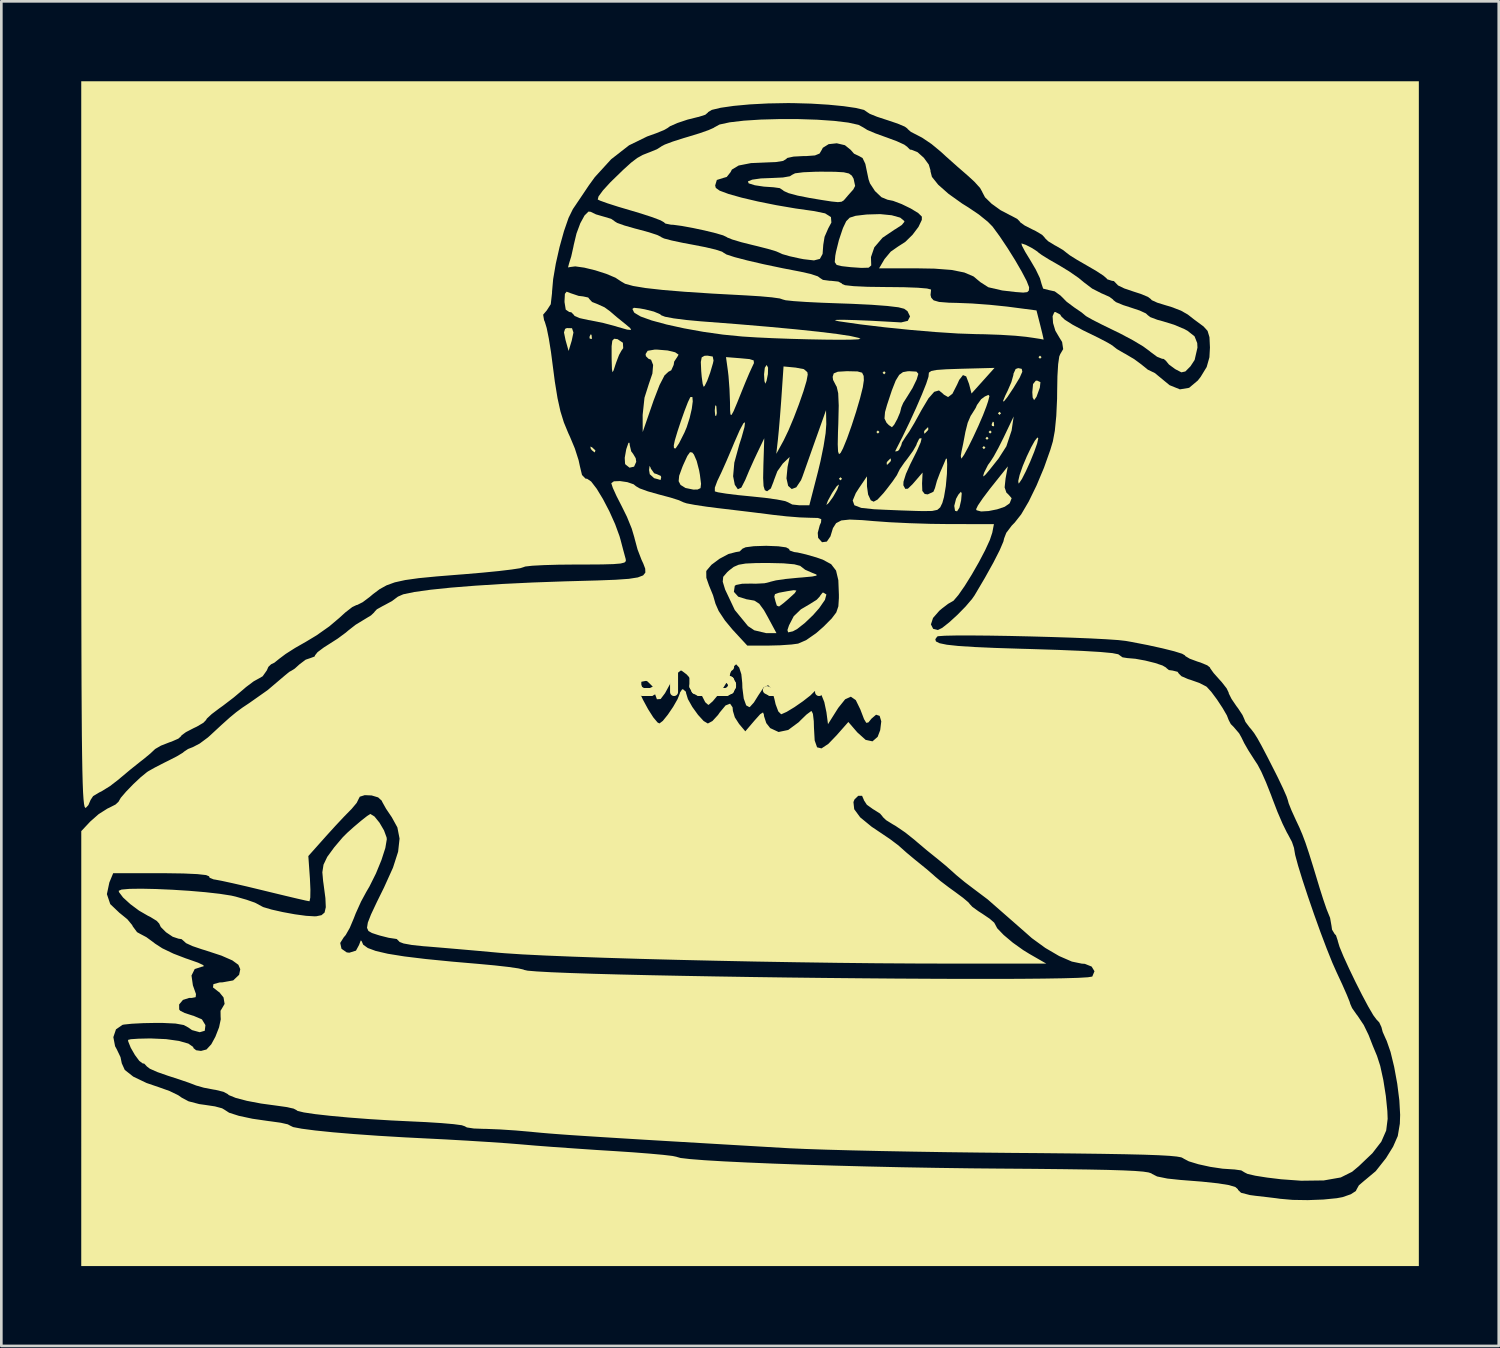
<source format=kicad_pcb>
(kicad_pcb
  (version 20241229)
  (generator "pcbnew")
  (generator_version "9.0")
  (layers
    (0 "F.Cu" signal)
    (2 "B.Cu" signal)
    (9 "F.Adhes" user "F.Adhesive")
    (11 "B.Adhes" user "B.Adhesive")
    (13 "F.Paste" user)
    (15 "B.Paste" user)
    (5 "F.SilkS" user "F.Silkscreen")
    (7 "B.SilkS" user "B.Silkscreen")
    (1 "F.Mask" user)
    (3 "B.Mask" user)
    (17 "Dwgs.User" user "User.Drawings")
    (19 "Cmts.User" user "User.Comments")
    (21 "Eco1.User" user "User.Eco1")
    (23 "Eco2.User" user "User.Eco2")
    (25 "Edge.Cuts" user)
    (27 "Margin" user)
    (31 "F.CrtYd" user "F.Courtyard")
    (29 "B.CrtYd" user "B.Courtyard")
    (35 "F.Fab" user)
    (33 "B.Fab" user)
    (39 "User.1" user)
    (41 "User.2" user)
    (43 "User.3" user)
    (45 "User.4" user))
  (footprint "meitsisnadi"
    (layer "F.Cu")
    (at 25.049 22.24)
    (property "Reference" "meitsisnadi" (at 0 0 0) (layer "F.SilkS") (effects (font (size 1.524 1.524) (thickness 0.3))))
    (attr board_only exclude_from_pos_files exclude_from_bom)
    (fp_poly (pts (xy 3.512 -7.316) (xy 3.453 -7.257) (xy 3.394 -7.316) (xy 3.453 -7.374)) (stroke (width 0) (type solid)) (fill yes) (layer "F.SilkS"))
    (fp_poly (pts (xy 4.916 -9.071) (xy 4.858 -9.013) (xy 4.799 -9.071) (xy 4.858 -9.13)) (stroke (width 0) (type solid)) (fill yes) (layer "F.SilkS"))
    (fp_poly (pts (xy 5.15 -11.295) (xy 5.092 -11.237) (xy 5.033 -11.295) (xy 5.092 -11.354)) (stroke (width 0) (type solid)) (fill yes) (layer "F.SilkS"))
    (fp_poly (pts (xy 8.896 -8.486) (xy 8.837 -8.428) (xy 8.779 -8.486) (xy 8.837 -8.545)) (stroke (width 0) (type solid)) (fill yes) (layer "F.SilkS"))
    (fp_poly (pts (xy 9.013 -8.837) (xy 8.954 -8.779) (xy 8.896 -8.837) (xy 8.954 -8.896)) (stroke (width 0) (type solid)) (fill yes) (layer "F.SilkS"))
    (fp_poly (pts (xy 9.13 -9.071) (xy 9.071 -9.013) (xy 9.013 -9.071) (xy 9.071 -9.13)) (stroke (width 0) (type solid)) (fill yes) (layer "F.SilkS"))
    (fp_poly (pts (xy 9.481 -9.774) (xy 9.423 -9.715) (xy 9.364 -9.774) (xy 9.423 -9.832)) (stroke (width 0) (type solid)) (fill yes) (layer "F.SilkS"))
    (fp_poly (pts (xy 11.003 -11.881) (xy 10.944 -11.822) (xy 10.886 -11.881) (xy 10.944 -11.939)) (stroke (width 0) (type solid)) (fill yes) (layer "F.SilkS"))
    (fp_poly (pts (xy -5.892 -12.72) (xy -5.878 -12.581) (xy -5.892 -12.563) (xy -5.961 -12.58) (xy -5.97 -12.641) (xy -5.927 -12.738)) (stroke (width 0) (type solid)) (fill yes) (layer "F.SilkS"))
    (fp_poly (pts (xy 9.208 -9.442) (xy 9.222 -9.303) (xy 9.208 -9.286) (xy 9.138 -9.302) (xy 9.13 -9.364) (xy 9.173 -9.46)) (stroke (width 0) (type solid)) (fill yes) (layer "F.SilkS"))
    (fp_poly (pts (xy -5.871 -8.497) (xy -5.745 -8.379) (xy -5.771 -8.312) (xy -5.787 -8.311) (xy -5.886 -8.394) (xy -5.922 -8.446) (xy -5.936 -8.526)) (stroke (width 0) (type solid)) (fill yes) (layer "F.SilkS"))
    (fp_poly (pts (xy -6.625 -12.968) (xy -6.571 -12.806) (xy -6.637 -12.497) (xy -6.753 -12.115) (xy -6.868 -12.524) (xy -6.927 -12.81) (xy -6.885 -12.944) (xy -6.818 -12.974)) (stroke (width 0) (type solid)) (fill yes) (layer "F.SilkS"))
    (fp_poly (pts (xy -1.212 -10.055) (xy -1.206 -10.035) (xy -1.189 -9.78) (xy -1.211 -9.684) (xy -1.249 -9.68) (xy -1.265 -9.863) (xy -1.265 -9.891) (xy -1.248 -10.072)) (stroke (width 0) (type solid)) (fill yes) (layer "F.SilkS"))
    (fp_poly (pts (xy 5.348 -8.001) (xy 5.326 -7.959) (xy 5.216 -7.848) (xy 5.195 -7.842) (xy 5.187 -7.918) (xy 5.209 -7.959) (xy 5.319 -8.071) (xy 5.34 -8.076)) (stroke (width 0) (type solid)) (fill yes) (layer "F.SilkS"))
    (fp_poly (pts (xy 6.752 -9.171) (xy 6.73 -9.13) (xy 6.62 -9.018) (xy 6.6 -9.013) (xy 6.592 -9.089) (xy 6.613 -9.13) (xy 6.724 -9.242) (xy 6.744 -9.247)) (stroke (width 0) (type solid)) (fill yes) (layer "F.SilkS"))
    (fp_poly (pts (xy 8.005 -6.769) (xy 7.983 -6.508) (xy 7.92 -6.235) (xy 7.831 -6.094) (xy 7.754 -6.115) (xy 7.725 -6.298) (xy 7.793 -6.565) (xy 7.879 -6.72) (xy 7.976 -6.83)) (stroke (width 0) (type solid)) (fill yes) (layer "F.SilkS"))
    (fp_poly (pts (xy 10.96 -10.943) (xy 10.938 -10.739) (xy 10.813 -10.394) (xy 10.722 -10.269) (xy 10.668 -10.368) (xy 10.655 -10.564) (xy 10.683 -10.872) (xy 10.783 -10.996) (xy 10.835 -11.003)) (stroke (width 0) (type solid)) (fill yes) (layer "F.SilkS"))
    (fp_poly (pts (xy 0.735 -11.488) (xy 0.729 -11.246) (xy 0.727 -11.237) (xy 0.678 -10.991) (xy 0.631 -10.886) (xy 0.63 -10.886) (xy 0.599 -10.988) (xy 0.585 -11.233) (xy 0.585 -11.237) (xy 0.613 -11.484) (xy 0.681 -11.588) (xy 0.682 -11.588)) (stroke (width 0) (type solid)) (fill yes) (layer "F.SilkS"))
    (fp_poly (pts (xy 1.799 -3.12) (xy 1.738 -3.023) (xy 1.511 -2.815) (xy 1.328 -2.658) (xy 1.148 -2.521) (xy 1.064 -2.554) (xy 1.014 -2.712) (xy 0.969 -2.892) (xy 0.995 -2.985) (xy 1.144 -3.038) (xy 1.451 -3.095) (xy 1.701 -3.135)) (stroke (width 0) (type solid)) (fill yes) (layer "F.SilkS"))
    (fp_poly (pts (xy 3.393 -7.082) (xy 3.333 -6.913) (xy 3.186 -6.653) (xy 3.16 -6.613) (xy 3.01 -6.407) (xy 2.931 -6.338) (xy 2.927 -6.347) (xy 2.982 -6.494) (xy 3.12 -6.749) (xy 3.16 -6.815) (xy 3.306 -7.029) (xy 3.387 -7.098)) (stroke (width 0) (type solid)) (fill yes) (layer "F.SilkS"))
    (fp_poly (pts (xy -3.675 -7.733) (xy -3.665 -7.696) (xy -3.54 -7.522) (xy -3.444 -7.491) (xy -3.294 -7.425) (xy -3.277 -7.374) (xy -3.3 -7.271) (xy -3.307 -7.271) (xy -3.429 -7.308) (xy -3.541 -7.338) (xy -3.706 -7.487) (xy -3.732 -7.646) (xy -3.713 -7.802)) (stroke (width 0) (type solid)) (fill yes) (layer "F.SilkS"))
    (fp_poly (pts (xy -4.458 -8.581) (xy -4.402 -8.344) (xy -4.331 -8.252) (xy -4.233 -8.087) (xy -4.214 -7.953) (xy -4.295 -7.771) (xy -4.466 -7.733) (xy -4.619 -7.854) (xy -4.634 -7.887) (xy -4.646 -8.103) (xy -4.591 -8.413) (xy -4.583 -8.443) (xy -4.506 -8.666) (xy -4.467 -8.667)) (stroke (width 0) (type solid)) (fill yes) (layer "F.SilkS"))
    (fp_poly (pts (xy -1.342 -11.905) (xy -1.312 -11.754) (xy -1.334 -11.652) (xy -1.437 -11.302) (xy -1.55 -10.994) (xy -1.647 -10.8) (xy -1.683 -10.769) (xy -1.719 -10.874) (xy -1.756 -11.143) (xy -1.774 -11.354) (xy -1.789 -11.701) (xy -1.756 -11.874) (xy -1.652 -11.933) (xy -1.538 -11.939)) (stroke (width 0) (type solid)) (fill yes) (layer "F.SilkS"))
    (fp_poly (pts (xy -4.916 -12.558) (xy -4.715 -12.423) (xy -4.703 -12.22) (xy -4.77 -12.125) (xy -4.86 -11.963) (xy -4.969 -11.676) (xy -4.992 -11.608) (xy -5.065 -11.382) (xy -5.106 -11.317) (xy -5.126 -11.437) (xy -5.136 -11.762) (xy -5.138 -11.899) (xy -5.138 -12.293) (xy -5.112 -12.501) (xy -5.042 -12.573)) (stroke (width 0) (type solid)) (fill yes) (layer "F.SilkS"))
    (fp_poly (pts (xy 9.878 -9.13) (xy 9.681 -8.534) (xy 9.387 -8.076) (xy 9.085 -7.695) (xy 8.904 -7.477) (xy 8.821 -7.402) (xy 8.815 -7.446) (xy 8.848 -7.55) (xy 8.991 -7.835) (xy 9.081 -7.959) (xy 9.204 -8.15) (xy 9.386 -8.482) (xy 9.588 -8.885) (xy 9.593 -8.896) (xy 9.956 -9.657)) (stroke (width 0) (type solid)) (fill yes) (layer "F.SilkS"))
    (fp_poly (pts (xy 10.258 -11.443) (xy 10.28 -11.336) (xy 10.182 -11.113) (xy 9.954 -10.737) (xy 9.952 -10.733) (xy 9.719 -10.382) (xy 9.585 -10.215) (xy 9.557 -10.236) (xy 9.644 -10.448) (xy 9.728 -10.618) (xy 9.869 -10.944) (xy 9.945 -11.214) (xy 9.949 -11.262) (xy 10.03 -11.437) (xy 10.125 -11.471)) (stroke (width 0) (type solid)) (fill yes) (layer "F.SilkS"))
    (fp_poly (pts (xy 10.879 -8.837) (xy 10.838 -8.646) (xy 10.728 -8.333) (xy 10.578 -7.963) (xy 10.414 -7.6) (xy 10.265 -7.308) (xy 10.159 -7.151) (xy 10.138 -7.14) (xy 10.128 -7.236) (xy 10.18 -7.462) (xy 10.299 -7.803) (xy 10.451 -8.163) (xy 10.609 -8.493) (xy 10.749 -8.744) (xy 10.847 -8.868)) (stroke (width 0) (type solid)) (fill yes) (layer "F.SilkS"))
    (fp_poly (pts (xy -2.11 -8.302) (xy -2.049 -8.226) (xy -1.945 -7.987) (xy -1.852 -7.627) (xy -1.823 -7.462) (xy -1.781 -7.128) (xy -1.8 -6.966) (xy -1.91 -6.913) (xy -2.07 -6.91) (xy -2.367 -6.971) (xy -2.55 -7.085) (xy -2.622 -7.226) (xy -2.602 -7.43) (xy -2.481 -7.762) (xy -2.446 -7.845) (xy -2.295 -8.174) (xy -2.195 -8.315)) (stroke (width 0) (type solid)) (fill yes) (layer "F.SilkS"))
    (fp_poly (pts (xy -2.092 -10.222) (xy -2.129 -9.942) (xy -2.208 -9.601) (xy -2.319 -9.253) (xy -2.403 -9.053) (xy -2.607 -8.648) (xy -2.736 -8.455) (xy -2.798 -8.466) (xy -2.804 -8.574) (xy -2.764 -8.761) (xy -2.667 -9.086) (xy -2.537 -9.48) (xy -2.398 -9.872) (xy -2.274 -10.192) (xy -2.189 -10.371) (xy -2.18 -10.383) (xy -2.106 -10.387)) (stroke (width 0) (type solid)) (fill yes) (layer "F.SilkS"))
    (fp_poly (pts (xy -0.305 -11.841) (xy 0.039 -11.809) (xy 0.194 -11.76) (xy 0.205 -11.659) (xy 0.13 -11.499) (xy 0.028 -11.276) (xy -0.118 -10.931) (xy -0.208 -10.71) (xy -0.42 -10.183) (xy -0.558 -9.855) (xy -0.638 -9.71) (xy -0.677 -9.73) (xy -0.691 -9.898) (xy -0.694 -10.196) (xy -0.713 -10.683) (xy -0.75 -11.172) (xy -0.773 -11.369) (xy -0.844 -11.884)) (stroke (width 0) (type solid)) (fill yes) (layer "F.SilkS"))
    (fp_poly (pts (xy 1.77 -11.49) (xy 2.079 -11.432) (xy 2.21 -11.318) (xy 2.224 -11.228) (xy 2.18 -10.99) (xy 2.063 -10.599) (xy 1.896 -10.119) (xy 1.702 -9.611) (xy 1.503 -9.137) (xy 1.322 -8.759) (xy 1.301 -8.72) (xy 1.044 -8.252) (xy 1.104 -8.779) (xy 1.139 -9.137) (xy 1.182 -9.641) (xy 1.225 -10.202) (xy 1.24 -10.419) (xy 1.316 -11.533)) (stroke (width 0) (type solid)) (fill yes) (layer "F.SilkS"))
    (fp_poly (pts (xy 2.925 -2.972) (xy 2.87 -2.77) (xy 2.654 -2.458) (xy 2.427 -2.201) (xy 2.117 -1.904) (xy 1.83 -1.678) (xy 1.666 -1.589) (xy 1.488 -1.55) (xy 1.462 -1.637) (xy 1.522 -1.815) (xy 1.699 -2.157) (xy 1.968 -2.415) (xy 2.317 -2.621) (xy 2.565 -2.778) (xy 2.689 -2.913) (xy 2.692 -2.929) (xy 2.781 -3.04) (xy 2.809 -3.043)) (stroke (width 0) (type solid)) (fill yes) (layer "F.SilkS"))
    (fp_poly (pts (xy 9.651 -7.325) (xy 9.616 -6.992) (xy 9.682 -6.798) (xy 9.754 -6.73) (xy 9.879 -6.587) (xy 9.812 -6.413) (xy 9.793 -6.386) (xy 9.62 -6.266) (xy 9.335 -6.169) (xy 9.014 -6.105) (xy 8.732 -6.089) (xy 8.564 -6.134) (xy 8.545 -6.174) (xy 8.613 -6.314) (xy 8.796 -6.584) (xy 9.057 -6.931) (xy 9.141 -7.036) (xy 9.736 -7.782)) (stroke (width 0) (type solid)) (fill yes) (layer "F.SilkS"))
    (fp_poly (pts (xy 9.046 -10.42) (xy 8.995 -10.222) (xy 8.931 -10.033) (xy 8.803 -9.7) (xy 8.629 -9.297) (xy 8.435 -8.878) (xy 8.248 -8.499) (xy 8.093 -8.215) (xy 7.999 -8.081) (xy 7.989 -8.076) (xy 7.97 -8.173) (xy 7.997 -8.34) (xy 8.059 -8.63) (xy 8.13 -9.004) (xy 8.142 -9.071) (xy 8.229 -9.417) (xy 8.341 -9.679) (xy 8.366 -9.715) (xy 8.528 -9.973) (xy 8.579 -10.088) (xy 8.735 -10.304) (xy 8.874 -10.406) (xy 9.008 -10.466)) (stroke (width 0) (type solid)) (fill yes) (layer "F.SilkS"))
    (fp_poly (pts (xy 6.306 -11.339) (xy 6.377 -11.256) (xy 6.315 -11.046) (xy 6.159 -10.724) (xy 5.967 -10.413) (xy 5.809 -10.164) (xy 5.736 -9.992) (xy 5.735 -9.984) (xy 5.691 -9.806) (xy 5.587 -9.561) (xy 5.469 -9.345) (xy 5.385 -9.252) (xy 5.384 -9.252) (xy 5.268 -9.332) (xy 5.183 -9.419) (xy 5.106 -9.578) (xy 5.126 -9.821) (xy 5.201 -10.087) (xy 5.383 -10.638) (xy 5.526 -11.001) (xy 5.657 -11.216) (xy 5.8 -11.32) (xy 5.981 -11.353) (xy 6.051 -11.354)) (stroke (width 0) (type solid)) (fill yes) (layer "F.SilkS"))
    (fp_poly (pts (xy -3.035 -12.133) (xy -2.754 -12.065) (xy -2.625 -11.976) (xy -2.671 -11.894) (xy -2.789 -11.716) (xy -2.809 -11.59) (xy -2.899 -11.389) (xy -3.006 -11.333) (xy -3.152 -11.197) (xy -3.338 -10.837) (xy -3.564 -10.25) (xy -3.587 -10.183) (xy -3.971 -9.071) (xy -3.973 -9.715) (xy -3.904 -10.36) (xy -3.741 -10.874) (xy -3.607 -11.267) (xy -3.58 -11.589) (xy -3.657 -11.786) (xy -3.754 -11.822) (xy -3.85 -11.917) (xy -3.863 -11.998) (xy -3.785 -12.121) (xy -3.526 -12.165) (xy -3.424 -12.165)) (stroke (width 0) (type solid)) (fill yes) (layer "F.SilkS"))
    (fp_poly (pts (xy 4.092 -11.346) (xy 4.265 -11.299) (xy 4.324 -11.177) (xy 4.331 -11.014) (xy 4.292 -10.751) (xy 4.188 -10.336) (xy 4.041 -9.834) (xy 3.871 -9.309) (xy 3.7 -8.828) (xy 3.548 -8.456) (xy 3.457 -8.285) (xy 3.398 -8.241) (xy 3.363 -8.34) (xy 3.351 -8.607) (xy 3.36 -9.068) (xy 3.372 -9.376) (xy 3.388 -10.065) (xy 3.368 -10.528) (xy 3.312 -10.772) (xy 3.293 -10.8) (xy 3.176 -11.027) (xy 3.16 -11.143) (xy 3.2 -11.271) (xy 3.354 -11.335) (xy 3.678 -11.354) (xy 3.746 -11.354)) (stroke (width 0) (type solid)) (fill yes) (layer "F.SilkS"))
    (fp_poly (pts (xy -6.68 -14.284) (xy -6.377 -14.182) (xy -6.211 -14.163) (xy -6.017 -14.121) (xy -5.97 -14.059) (xy -5.871 -13.953) (xy -5.704 -13.888) (xy -5.407 -13.755) (xy -5.206 -13.61) (xy -4.948 -13.388) (xy -4.646 -13.144) (xy -4.637 -13.137) (xy -4.44 -12.972) (xy -4.408 -12.901) (xy -4.559 -12.917) (xy -4.909 -13.017) (xy -4.997 -13.045) (xy -5.446 -13.164) (xy -5.931 -13.263) (xy -6.022 -13.278) (xy -6.337 -13.347) (xy -6.529 -13.43) (xy -6.555 -13.468) (xy -6.65 -13.566) (xy -6.73 -13.578) (xy -6.86 -13.666) (xy -6.906 -13.947) (xy -6.906 -13.992) (xy -6.892 -14.259) (xy -6.827 -14.34)) (stroke (width 0) (type solid)) (fill yes) (layer "F.SilkS"))
    (fp_poly (pts (xy 5.376 -17.209) (xy 5.695 -17.12) (xy 5.847 -16.995) (xy 5.853 -16.964) (xy 5.759 -16.847) (xy 5.529 -16.695) (xy 5.487 -16.672) (xy 5.031 -16.364) (xy 4.724 -16.005) (xy 4.598 -15.639) (xy 4.601 -15.538) (xy 4.608 -15.326) (xy 4.512 -15.241) (xy 4.251 -15.233) (xy 4.223 -15.234) (xy 3.84 -15.26) (xy 3.501 -15.298) (xy 3.499 -15.299) (xy 3.31 -15.345) (xy 3.239 -15.45) (xy 3.258 -15.686) (xy 3.286 -15.837) (xy 3.394 -16.273) (xy 3.536 -16.699) (xy 3.557 -16.751) (xy 3.669 -16.985) (xy 3.8 -17.118) (xy 4.02 -17.188) (xy 4.396 -17.233) (xy 4.454 -17.238) (xy 4.944 -17.252)) (stroke (width 0) (type solid)) (fill yes) (layer "F.SilkS"))
    (fp_poly (pts (xy 3.247 -18.841) (xy 3.577 -18.822) (xy 3.771 -18.777) (xy 3.88 -18.696) (xy 3.946 -18.581) (xy 4.004 -18.31) (xy 3.935 -18.177) (xy 3.746 -17.965) (xy 3.653 -17.856) (xy 3.577 -17.768) (xy 3.494 -17.717) (xy 3.358 -17.702) (xy 3.122 -17.725) (xy 2.739 -17.784) (xy 2.284 -17.86) (xy 1.845 -17.947) (xy 1.505 -18.039) (xy 1.323 -18.12) (xy 1.308 -18.139) (xy 1.175 -18.227) (xy 0.941 -18.26) (xy 0.579 -18.284) (xy 0.239 -18.335) (xy 0.005 -18.408) (xy -0.02 -18.482) (xy 0.142 -18.546) (xy 0.467 -18.592) (xy 0.907 -18.609) (xy 1.292 -18.627) (xy 1.555 -18.673) (xy 1.639 -18.728) (xy 1.749 -18.784) (xy 2.057 -18.823) (xy 2.526 -18.843) (xy 2.732 -18.845)) (stroke (width 0) (type solid)) (fill yes) (layer "F.SilkS"))
    (fp_poly (pts (xy -4.08 -13.712) (xy -3.889 -13.677) (xy -3.552 -13.593) (xy -3.32 -13.495) (xy -3.273 -13.453) (xy -3.133 -13.399) (xy -2.807 -13.338) (xy -2.339 -13.278) (xy -1.778 -13.226) (xy -1.686 -13.219) (xy -0.411 -13.121) (xy 0.746 -13.023) (xy 1.765 -12.928) (xy 2.631 -12.837) (xy 3.325 -12.752) (xy 3.831 -12.675) (xy 4.131 -12.607) (xy 4.204 -12.573) (xy 4.121 -12.551) (xy 3.843 -12.539) (xy 3.41 -12.535) (xy 2.862 -12.54) (xy 2.238 -12.552) (xy 1.577 -12.57) (xy 0.919 -12.594) (xy 0.303 -12.623) (xy -0.231 -12.657) (xy -0.234 -12.657) (xy -0.955 -12.728) (xy -1.696 -12.833) (xy -2.416 -12.963) (xy -3.075 -13.108) (xy -3.632 -13.259) (xy -4.046 -13.407) (xy -4.277 -13.543) (xy -4.298 -13.569) (xy -4.358 -13.692) (xy -4.3 -13.735)) (stroke (width 0) (type solid)) (fill yes) (layer "F.SilkS"))
    (fp_poly (pts (xy 8.373 -10.517) (xy 8.28 -10.877) (xy 8.173 -11.159) (xy 8.052 -11.209) (xy 7.911 -11.028) (xy 7.834 -10.856) (xy 7.656 -10.507) (xy 7.492 -10.383) (xy 7.33 -10.478) (xy 7.31 -10.503) (xy 7.151 -10.632) (xy 6.973 -10.581) (xy 6.759 -10.338) (xy 6.491 -9.889) (xy 6.452 -9.817) (xy 6.233 -9.419) (xy 6.034 -9.086) (xy 5.898 -8.889) (xy 5.896 -8.887) (xy 5.763 -8.677) (xy 5.735 -8.572) (xy 5.649 -8.396) (xy 5.6 -8.358) (xy 5.511 -8.34) (xy 5.521 -8.38) (xy 5.782 -8.891) (xy 6.048 -9.442) (xy 6.298 -9.988) (xy 6.512 -10.484) (xy 6.672 -10.884) (xy 6.757 -11.145) (xy 6.764 -11.21) (xy 6.773 -11.301) (xy 6.86 -11.362) (xy 7.064 -11.402) (xy 7.425 -11.427) (xy 7.981 -11.446) (xy 7.984 -11.446) (xy 9.237 -11.479)) (stroke (width 0) (type solid)) (fill yes) (layer "F.SilkS"))
    (fp_poly (pts (xy 1.308 -4.142) (xy 1.721 -4.105) (xy 1.941 -4.047) (xy 1.965 -4.027) (xy 2.128 -3.901) (xy 2.4 -3.782) (xy 2.55 -3.723) (xy 2.556 -3.681) (xy 2.39 -3.647) (xy 2.025 -3.613) (xy 1.847 -3.599) (xy 1.397 -3.555) (xy 1.03 -3.502) (xy 0.817 -3.449) (xy 0.8 -3.441) (xy 0.603 -3.394) (xy 0.272 -3.377) (xy 0.106 -3.381) (xy -0.234 -3.376) (xy -0.466 -3.33) (xy -0.515 -3.296) (xy -0.548 -3.072) (xy -0.385 -2.89) (xy -0.065 -2.79) (xy -0.03 -2.786) (xy 0.221 -2.742) (xy 0.404 -2.625) (xy 0.581 -2.383) (xy 0.719 -2.136) (xy 1.05 -1.522) (xy 0.66 -1.522) (xy 0.217 -1.628) (xy -0.018 -1.785) (xy -0.514 -2.389) (xy -0.876 -3.156) (xy -0.967 -3.452) (xy -0.949 -3.635) (xy -0.8 -3.809) (xy -0.722 -3.879) (xy -0.555 -4.008) (xy -0.369 -4.089) (xy -0.107 -4.134) (xy 0.286 -4.152) (xy 0.736 -4.155)) (stroke (width 0) (type solid)) (fill yes) (layer "F.SilkS"))
    (fp_poly (pts (xy 6.5 -8.835) (xy 6.463 -8.68) (xy 6.321 -8.356) (xy 6.073 -7.861) (xy 5.911 -7.5) (xy 5.819 -7.206) (xy 5.814 -7.071) (xy 5.887 -6.937) (xy 5.984 -6.944) (xy 6.157 -7.111) (xy 6.259 -7.228) (xy 6.536 -7.55) (xy 6.516 -7.14) (xy 6.526 -6.86) (xy 6.616 -6.746) (xy 6.729 -6.73) (xy 6.942 -6.829) (xy 7 -6.965) (xy 7.075 -7.24) (xy 7.192 -7.55) (xy 7.323 -7.852) (xy 7.417 -8.076) (xy 7.448 -8.062) (xy 7.459 -7.858) (xy 7.45 -7.508) (xy 7.449 -7.491) (xy 7.408 -7.037) (xy 7.34 -6.632) (xy 7.278 -6.409) (xy 7.198 -6.243) (xy 7.089 -6.149) (xy 6.894 -6.108) (xy 6.554 -6.103) (xy 6.294 -6.109) (xy 5.727 -6.128) (xy 5.123 -6.153) (xy 4.705 -6.173) (xy 4.233 -6.223) (xy 3.975 -6.323) (xy 3.913 -6.5) (xy 4.029 -6.779) (xy 4.149 -6.966) (xy 4.448 -7.407) (xy 4.448 -7.034) (xy 4.491 -6.724) (xy 4.591 -6.509) (xy 4.699 -6.456) (xy 4.843 -6.534) (xy 5.063 -6.771) (xy 5.176 -6.911) (xy 5.411 -7.218) (xy 5.571 -7.452) (xy 5.618 -7.55) (xy 5.685 -7.683) (xy 5.855 -7.928) (xy 5.97 -8.076) (xy 6.176 -8.361) (xy 6.302 -8.58) (xy 6.321 -8.642) (xy 6.406 -8.814) (xy 6.436 -8.836)) (stroke (width 0) (type solid)) (fill yes) (layer "F.SilkS"))
    (fp_poly (pts (xy 2.921 -9.364) (xy 2.896 -9.029) (xy 2.819 -8.543) (xy 2.704 -7.979) (xy 2.608 -7.579) (xy 2.284 -6.321) (xy 1.912 -6.321) (xy 1.644 -6.35) (xy 1.504 -6.422) (xy 1.502 -6.426) (xy 1.377 -6.478) (xy 1.066 -6.539) (xy 0.619 -6.601) (xy 0.136 -6.651) (xy -0.398 -6.704) (xy -0.843 -6.759) (xy -1.148 -6.809) (xy -1.263 -6.843) (xy -1.263 -6.984) (xy -1.169 -7.237) (xy -1.143 -7.291) (xy -1.01 -7.571) (xy -0.822 -7.993) (xy -0.614 -8.481) (xy -0.539 -8.662) (xy -0.329 -9.142) (xy -0.19 -9.4) (xy -0.129 -9.438) (xy -0.151 -9.257) (xy -0.261 -8.861) (xy -0.348 -8.592) (xy -0.532 -7.921) (xy -0.577 -7.41) (xy -0.514 -7.091) (xy -0.399 -6.923) (xy -0.268 -6.985) (xy -0.119 -7.278) (xy -0.116 -7.286) (xy 0.023 -7.618) (xy 0.21 -8.035) (xy 0.312 -8.252) (xy 0.592 -8.837) (xy 0.56 -7.842) (xy 0.55 -7.346) (xy 0.566 -7.042) (xy 0.613 -6.889) (xy 0.697 -6.847) (xy 0.698 -6.847) (xy 0.84 -6.953) (xy 0.946 -7.226) (xy 0.949 -7.242) (xy 1.083 -7.597) (xy 1.287 -7.886) (xy 1.545 -8.135) (xy 1.466 -7.757) (xy 1.426 -7.332) (xy 1.489 -7.05) (xy 1.623 -6.931) (xy 1.795 -6.996) (xy 1.973 -7.264) (xy 2.028 -7.403) (xy 2.15 -7.748) (xy 2.319 -8.226) (xy 2.504 -8.748) (xy 2.557 -8.896) (xy 2.911 -9.891)) (stroke (width 0) (type solid)) (fill yes) (layer "F.SilkS"))
    (fp_poly (pts (xy 10.41 -16.098) (xy 10.65 -15.974) (xy 10.846 -15.846) (xy 10.886 -15.808) (xy 11.011 -15.716) (xy 11.283 -15.548) (xy 11.632 -15.348) (xy 12.035 -15.104) (xy 12.392 -14.857) (xy 12.594 -14.69) (xy 12.901 -14.457) (xy 13.266 -14.271) (xy 13.282 -14.266) (xy 13.549 -14.147) (xy 13.689 -14.043) (xy 13.695 -14.026) (xy 13.798 -13.947) (xy 14.063 -13.837) (xy 14.339 -13.748) (xy 14.687 -13.632) (xy 14.92 -13.524) (xy 14.982 -13.464) (xy 15.086 -13.384) (xy 15.349 -13.285) (xy 15.548 -13.231) (xy 15.975 -13.1) (xy 16.372 -12.932) (xy 16.485 -12.87) (xy 16.746 -12.663) (xy 16.846 -12.411) (xy 16.855 -12.24) (xy 16.749 -11.777) (xy 16.592 -11.538) (xy 16.401 -11.345) (xy 16.252 -11.312) (xy 16.037 -11.423) (xy 16.007 -11.442) (xy 15.785 -11.605) (xy 15.685 -11.727) (xy 15.685 -11.732) (xy 15.591 -11.814) (xy 15.526 -11.822) (xy 15.34 -11.896) (xy 15.092 -12.079) (xy 15.058 -12.109) (xy 14.815 -12.287) (xy 14.425 -12.52) (xy 13.954 -12.77) (xy 13.724 -12.882) (xy 13.279 -13.099) (xy 12.918 -13.283) (xy 12.692 -13.41) (xy 12.641 -13.447) (xy 12.511 -13.557) (xy 12.268 -13.723) (xy 12.232 -13.747) (xy 11.945 -13.962) (xy 11.733 -14.175) (xy 11.728 -14.183) (xy 11.496 -14.352) (xy 11.289 -14.397) (xy 11.062 -14.455) (xy 11.003 -14.629) (xy 10.942 -14.845) (xy 10.783 -15.176) (xy 10.589 -15.507) (xy 10.39 -15.833) (xy 10.267 -16.066) (xy 10.246 -16.153)) (stroke (width 0) (type solid)) (fill yes) (layer "F.SilkS"))
    (fp_poly (pts (xy -5.926 -17.339) (xy -5.725 -17.242) (xy -5.422 -17.154) (xy -5.414 -17.152) (xy -5.156 -17.075) (xy -5.035 -16.994) (xy -5.033 -16.986) (xy -4.928 -16.921) (xy -4.65 -16.822) (xy -4.254 -16.709) (xy -4.155 -16.684) (xy -3.74 -16.571) (xy -3.431 -16.47) (xy -3.283 -16.398) (xy -3.277 -16.388) (xy -3.17 -16.337) (xy -2.88 -16.261) (xy -2.456 -16.171) (xy -2.107 -16.106) (xy -1.618 -16.011) (xy -1.23 -15.919) (xy -0.99 -15.841) (xy -0.936 -15.803) (xy -0.826 -15.736) (xy -0.518 -15.636) (xy -0.042 -15.512) (xy 0.57 -15.37) (xy 1.285 -15.22) (xy 1.961 -15.089) (xy 2.338 -15.004) (xy 2.602 -14.916) (xy 2.692 -14.85) (xy 2.795 -14.783) (xy 3.048 -14.749) (xy 3.102 -14.748) (xy 3.373 -14.719) (xy 3.508 -14.647) (xy 3.512 -14.631) (xy 3.625 -14.583) (xy 3.952 -14.547) (xy 4.47 -14.523) (xy 5.161 -14.514) (xy 5.216 -14.514) (xy 5.853 -14.507) (xy 6.359 -14.488) (xy 6.702 -14.459) (xy 6.852 -14.421) (xy 6.854 -14.408) (xy 6.834 -14.217) (xy 6.86 -14.115) (xy 6.95 -14.015) (xy 7.156 -13.955) (xy 7.524 -13.926) (xy 7.826 -13.919) (xy 8.389 -13.897) (xy 9.052 -13.848) (xy 9.685 -13.783) (xy 9.766 -13.773) (xy 10.812 -13.636) (xy 10.954 -13.08) (xy 11.032 -12.764) (xy 11.075 -12.571) (xy 11.078 -12.541) (xy 10.963 -12.565) (xy 10.685 -12.608) (xy 10.418 -12.646) (xy 10.015 -12.686) (xy 9.467 -12.72) (xy 8.863 -12.742) (xy 8.545 -12.747) (xy 7.865 -12.77) (xy 7.023 -12.825) (xy 6.087 -12.904) (xy 5.125 -13.002) (xy 4.204 -13.112) (xy 3.395 -13.228) (xy 3.394 -13.228) (xy 3.241 -13.263) (xy 3.305 -13.282) (xy 3.569 -13.285) (xy 4.017 -13.273) (xy 4.633 -13.247) (xy 5.4 -13.205) (xy 5.732 -13.186) (xy 5.98 -13.245) (xy 6.065 -13.411) (xy 5.969 -13.609) (xy 5.844 -13.699) (xy 5.629 -13.754) (xy 5.209 -13.804) (xy 4.614 -13.849) (xy 3.873 -13.885) (xy 3.438 -13.9) (xy 2.757 -13.925) (xy 2.166 -13.954) (xy 1.699 -13.986) (xy 1.394 -14.018) (xy 1.288 -14.047) (xy 1.178 -14.085) (xy 0.881 -14.127) (xy 0.44 -14.167) (xy -0.088 -14.2) (xy -1.347 -14.268) (xy -2.387 -14.336) (xy -3.221 -14.405) (xy -3.863 -14.477) (xy -4.329 -14.554) (xy -4.632 -14.637) (xy -4.786 -14.727) (xy -4.786 -14.727) (xy -4.993 -14.864) (xy -5.34 -15.01) (xy -5.755 -15.143) (xy -6.167 -15.243) (xy -6.503 -15.29) (xy -6.685 -15.267) (xy -6.775 -15.25) (xy -6.735 -15.402) (xy -6.654 -15.663) (xy -6.574 -16.021) (xy -6.56 -16.094) (xy -6.457 -16.524) (xy -6.314 -16.909) (xy -6.155 -17.2) (xy -6.007 -17.347)) (stroke (width 0) (type solid)) (fill yes) (layer "F.SilkS"))
    (fp_poly (pts (xy 1.879 -20.819) (xy 2.578 -20.796) (xy 3.215 -20.752) (xy 3.746 -20.688) (xy 4.13 -20.603) (xy 4.324 -20.498) (xy 4.328 -20.493) (xy 4.462 -20.411) (xy 4.758 -20.285) (xy 5.152 -20.142) (xy 5.179 -20.133) (xy 5.567 -19.989) (xy 5.849 -19.86) (xy 5.969 -19.771) (xy 5.97 -19.766) (xy 6.063 -19.674) (xy 6.129 -19.665) (xy 6.347 -19.577) (xy 6.583 -19.366) (xy 6.769 -19.111) (xy 6.834 -18.891) (xy 6.83 -18.87) (xy 6.886 -18.651) (xy 7.122 -18.356) (xy 7.51 -18.013) (xy 8.02 -17.649) (xy 8.253 -17.504) (xy 8.643 -17.241) (xy 8.985 -16.965) (xy 9.163 -16.784) (xy 9.429 -16.421) (xy 9.721 -15.985) (xy 10.008 -15.526) (xy 10.258 -15.094) (xy 10.443 -14.741) (xy 10.531 -14.517) (xy 10.535 -14.49) (xy 10.525 -14.383) (xy 10.466 -14.323) (xy 10.312 -14.306) (xy 10.018 -14.328) (xy 9.539 -14.384) (xy 9.518 -14.387) (xy 9.005 -14.506) (xy 8.699 -14.702) (xy 8.449 -14.912) (xy 8.102 -15.06) (xy 7.625 -15.156) (xy 6.981 -15.205) (xy 6.297 -15.217) (xy 4.903 -15.217) (xy 5.107 -15.563) (xy 5.341 -15.844) (xy 5.614 -16.034) (xy 5.884 -16.207) (xy 6.157 -16.474) (xy 6.382 -16.772) (xy 6.507 -17.034) (xy 6.509 -17.157) (xy 6.371 -17.293) (xy 6.091 -17.463) (xy 5.75 -17.629) (xy 5.426 -17.751) (xy 5.221 -17.792) (xy 4.993 -17.886) (xy 4.748 -18.118) (xy 4.56 -18.406) (xy 4.508 -18.556) (xy 4.433 -18.915) (xy 4.387 -19.138) (xy 4.282 -19.358) (xy 4.154 -19.43) (xy 3.962 -19.521) (xy 3.836 -19.665) (xy 3.62 -19.839) (xy 3.314 -19.911) (xy 3.009 -19.878) (xy 2.791 -19.742) (xy 2.751 -19.665) (xy 2.669 -19.526) (xy 2.495 -19.455) (xy 2.168 -19.431) (xy 2.041 -19.43) (xy 1.69 -19.411) (xy 1.459 -19.361) (xy 1.405 -19.313) (xy 1.299 -19.249) (xy 1.027 -19.206) (xy 0.775 -19.196) (xy 0.093 -19.167) (xy -0.37 -19.076) (xy -0.624 -18.923) (xy -0.673 -18.827) (xy -0.817 -18.647) (xy -0.943 -18.611) (xy -1.188 -18.534) (xy -1.251 -18.327) (xy -1.226 -18.234) (xy -1.082 -18.132) (xy -0.745 -18.007) (xy -0.254 -17.869) (xy 0.355 -17.726) (xy 1.041 -17.588) (xy 1.767 -17.464) (xy 2.439 -17.369) (xy 2.876 -17.28) (xy 3.096 -17.141) (xy 3.112 -16.935) (xy 2.995 -16.718) (xy 2.856 -16.399) (xy 2.807 -16.098) (xy 2.782 -15.757) (xy 2.681 -15.572) (xy 2.459 -15.514) (xy 2.071 -15.559) (xy 1.924 -15.587) (xy 1.546 -15.671) (xy 1.271 -15.75) (xy 1.171 -15.797) (xy 1.037 -15.855) (xy 0.732 -15.946) (xy 0.314 -16.053) (xy 0.176 -16.086) (xy -0.265 -16.196) (xy -0.609 -16.299) (xy -0.801 -16.376) (xy -0.82 -16.392) (xy -0.954 -16.455) (xy -1.254 -16.542) (xy -1.656 -16.64) (xy -2.094 -16.733) (xy -2.504 -16.808) (xy -2.821 -16.851) (xy -2.912 -16.855) (xy -3.119 -16.897) (xy -3.18 -16.95) (xy -3.302 -17.019) (xy -3.601 -17.133) (xy -4.028 -17.272) (xy -4.389 -17.38) (xy -4.886 -17.527) (xy -5.298 -17.659) (xy -5.575 -17.759) (xy -5.659 -17.8) (xy -5.63 -17.915) (xy -5.462 -18.144) (xy -5.189 -18.442) (xy -5.119 -18.511) (xy -4.704 -18.914) (xy -4.405 -19.185) (xy -4.175 -19.36) (xy -3.968 -19.475) (xy -3.737 -19.566) (xy -3.714 -19.574) (xy -3.44 -19.686) (xy -3.282 -19.785) (xy -3.276 -19.792) (xy -3.143 -19.863) (xy -2.841 -19.976) (xy -2.427 -20.108) (xy -2.281 -20.151) (xy -1.843 -20.285) (xy -1.498 -20.406) (xy -1.303 -20.493) (xy -1.281 -20.51) (xy -1.088 -20.615) (xy -0.705 -20.698) (xy -0.175 -20.76) (xy 0.461 -20.801) (xy 1.159 -20.82)) (stroke (width 0) (type solid)) (fill yes) (layer "F.SilkS"))
    (fp_poly (pts (xy 25.166 22.24) (xy -25.049 22.24) (xy -25.048 14.075) (xy -25.048 8.277) (xy -24.086 8.277) (xy -23.96 8.651) (xy -23.61 8.984) (xy -23.593 8.996) (xy -23.318 9.22) (xy -23.138 9.438) (xy -23.115 9.487) (xy -22.954 9.704) (xy -22.833 9.771) (xy -22.604 9.892) (xy -22.322 10.098) (xy -22.283 10.131) (xy -22.006 10.31) (xy -21.588 10.511) (xy -21.116 10.692) (xy -21.069 10.707) (xy -20.663 10.85) (xy -20.457 10.947) (xy -20.463 10.994) (xy -20.505 10.997) (xy -20.789 11.089) (xy -20.91 11.333) (xy -20.857 11.704) (xy -20.838 11.756) (xy -20.742 12.027) (xy -20.754 12.145) (xy -20.897 12.173) (xy -20.998 12.173) (xy -21.231 12.248) (xy -21.374 12.419) (xy -21.372 12.606) (xy -21.336 12.652) (xy -21.169 12.738) (xy -20.88 12.832) (xy -20.835 12.844) (xy -20.518 12.979) (xy -20.39 13.19) (xy -20.388 13.204) (xy -20.412 13.406) (xy -20.601 13.461) (xy -20.601 13.461) (xy -20.891 13.381) (xy -21.027 13.285) (xy -21.199 13.191) (xy -21.51 13.135) (xy -21.999 13.112) (xy -22.219 13.111) (xy -22.716 13.12) (xy -23.149 13.142) (xy -23.445 13.173) (xy -23.499 13.184) (xy -23.745 13.353) (xy -23.844 13.645) (xy -23.779 13.986) (xy -23.716 14.101) (xy -23.575 14.396) (xy -23.527 14.629) (xy -23.415 14.876) (xy -23.096 15.128) (xy -22.595 15.368) (xy -22.132 15.526) (xy -21.736 15.667) (xy -21.407 15.827) (xy -21.278 15.917) (xy -21.021 16.054) (xy -20.618 16.159) (xy -20.402 16.189) (xy -20.03 16.245) (xy -19.762 16.317) (xy -19.675 16.368) (xy -19.498 16.483) (xy -19.131 16.6) (xy -18.621 16.709) (xy -18.012 16.797) (xy -17.938 16.806) (xy -17.56 16.859) (xy -17.295 16.919) (xy -17.206 16.967) (xy -17.094 17.022) (xy -16.772 17.083) (xy -16.268 17.149) (xy -15.605 17.217) (xy -14.809 17.284) (xy -13.906 17.348) (xy -12.92 17.407) (xy -12.232 17.442) (xy -11.398 17.484) (xy -10.552 17.532) (xy -9.755 17.582) (xy -9.069 17.629) (xy -8.554 17.67) (xy -8.545 17.671) (xy -8.018 17.716) (xy -7.323 17.769) (xy -6.527 17.825) (xy -5.695 17.882) (xy -5.033 17.923) (xy -4.327 17.97) (xy -3.703 18.019) (xy -3.199 18.065) (xy -2.851 18.106) (xy -2.696 18.139) (xy -2.692 18.142) (xy -2.55 18.182) (xy -2.195 18.223) (xy -1.649 18.266) (xy -0.932 18.309) (xy -0.067 18.351) (xy 0.926 18.393) (xy 2.025 18.432) (xy 3.209 18.468) (xy 4.456 18.501) (xy 5.746 18.53) (xy 7.057 18.553) (xy 8.367 18.571) (xy 9.354 18.58) (xy 10.695 18.59) (xy 11.819 18.602) (xy 12.745 18.615) (xy 13.489 18.63) (xy 14.071 18.648) (xy 14.508 18.669) (xy 14.817 18.694) (xy 15.016 18.724) (xy 15.124 18.759) (xy 15.148 18.779) (xy 15.34 18.876) (xy 15.728 18.955) (xy 16.212 19.006) (xy 17.025 19.07) (xy 17.626 19.134) (xy 18.037 19.2) (xy 18.279 19.273) (xy 18.374 19.357) (xy 18.377 19.378) (xy 18.491 19.488) (xy 18.825 19.574) (xy 19.05 19.604) (xy 19.463 19.651) (xy 19.81 19.693) (xy 19.957 19.714) (xy 20.425 19.755) (xy 20.998 19.764) (xy 21.583 19.742) (xy 22.086 19.692) (xy 22.305 19.651) (xy 22.615 19.543) (xy 22.801 19.422) (xy 22.825 19.371) (xy 22.914 19.21) (xy 23.132 19.023) (xy 23.147 19.012) (xy 23.548 18.676) (xy 23.934 18.187) (xy 24.2 17.757) (xy 24.375 17.358) (xy 24.453 16.894) (xy 24.464 16.563) (xy 24.434 16.018) (xy 24.355 15.393) (xy 24.24 14.763) (xy 24.104 14.202) (xy 23.959 13.784) (xy 23.928 13.719) (xy 23.809 13.451) (xy 23.762 13.27) (xy 23.68 13.093) (xy 23.579 12.987) (xy 23.457 12.823) (xy 23.267 12.498) (xy 23.035 12.063) (xy 22.786 11.57) (xy 22.545 11.069) (xy 22.337 10.614) (xy 22.188 10.253) (xy 22.124 10.04) (xy 22.123 10.026) (xy 22.055 9.822) (xy 22.006 9.774) (xy 21.907 9.609) (xy 21.888 9.473) (xy 21.834 9.166) (xy 21.783 9.041) (xy 21.7 8.834) (xy 21.577 8.474) (xy 21.437 8.033) (xy 21.415 7.959) (xy 21.204 7.263) (xy 21.042 6.744) (xy 20.912 6.354) (xy 20.796 6.045) (xy 20.679 5.769) (xy 20.546 5.487) (xy 20.386 5.135) (xy 20.278 4.864) (xy 20.25 4.757) (xy 20.2 4.607) (xy 20.066 4.303) (xy 19.873 3.899) (xy 19.771 3.696) (xy 19.476 3.116) (xy 19.261 2.706) (xy 19.105 2.425) (xy 18.984 2.233) (xy 18.874 2.089) (xy 18.806 2.011) (xy 18.656 1.81) (xy 18.611 1.699) (xy 18.546 1.553) (xy 18.383 1.305) (xy 18.318 1.219) (xy 18.134 0.948) (xy 18.032 0.745) (xy 18.026 0.709) (xy 17.951 0.553) (xy 17.763 0.312) (xy 17.675 0.216) (xy 17.46 -0.026) (xy 17.336 -0.199) (xy 17.324 -0.233) (xy 17.223 -0.313) (xy 16.97 -0.418) (xy 16.855 -0.454) (xy 16.566 -0.561) (xy 16.401 -0.659) (xy 16.387 -0.685) (xy 16.279 -0.748) (xy 15.981 -0.841) (xy 15.537 -0.952) (xy 14.987 -1.073) (xy 14.374 -1.192) (xy 14.163 -1.229) (xy 13.883 -1.261) (xy 13.428 -1.292) (xy 12.835 -1.323) (xy 12.14 -1.351) (xy 11.377 -1.376) (xy 10.582 -1.398) (xy 9.791 -1.416) (xy 9.039 -1.428) (xy 8.361 -1.434) (xy 7.793 -1.433) (xy 7.371 -1.424) (xy 7.129 -1.407) (xy 7.087 -1.395) (xy 7.014 -1.294) (xy 7.037 -1.21) (xy 7.175 -1.142) (xy 7.447 -1.086) (xy 7.872 -1.04) (xy 8.47 -1.001) (xy 9.258 -0.966) (xy 10.256 -0.934) (xy 10.556 -0.926) (xy 11.653 -0.891) (xy 12.539 -0.854) (xy 13.21 -0.814) (xy 13.659 -0.772) (xy 13.882 -0.728) (xy 13.907 -0.71) (xy 14.042 -0.613) (xy 14.222 -0.585) (xy 14.525 -0.559) (xy 14.894 -0.492) (xy 15.256 -0.402) (xy 15.542 -0.307) (xy 15.681 -0.226) (xy 15.685 -0.214) (xy 15.783 -0.135) (xy 15.919 -0.117) (xy 16.109 -0.07) (xy 16.153 -0.005) (xy 16.254 0.096) (xy 16.506 0.205) (xy 16.592 0.231) (xy 16.926 0.349) (xy 17.18 0.479) (xy 17.207 0.499) (xy 17.373 0.681) (xy 17.586 0.967) (xy 17.797 1.287) (xy 17.96 1.568) (xy 18.026 1.738) (xy 18.026 1.739) (xy 18.106 1.892) (xy 18.214 2) (xy 18.419 2.24) (xy 18.506 2.395) (xy 18.613 2.614) (xy 18.766 2.88) (xy 19.005 3.253) (xy 19.114 3.419) (xy 19.251 3.678) (xy 19.43 4.082) (xy 19.618 4.557) (xy 19.667 4.69) (xy 19.856 5.182) (xy 20.051 5.636) (xy 20.215 5.97) (xy 20.248 6.025) (xy 20.403 6.317) (xy 20.481 6.547) (xy 20.484 6.576) (xy 20.524 6.807) (xy 20.634 7.213) (xy 20.799 7.748) (xy 21.004 8.371) (xy 21.233 9.036) (xy 21.472 9.701) (xy 21.706 10.32) (xy 21.919 10.851) (xy 22.077 11.207) (xy 22.292 11.67) (xy 22.463 12.058) (xy 22.568 12.318) (xy 22.591 12.398) (xy 22.659 12.553) (xy 22.827 12.794) (xy 22.862 12.837) (xy 23.098 13.19) (xy 23.285 13.576) (xy 23.285 13.578) (xy 23.437 13.969) (xy 23.591 14.339) (xy 23.593 14.342) (xy 23.717 14.726) (xy 23.833 15.257) (xy 23.927 15.851) (xy 23.984 16.42) (xy 23.995 16.713) (xy 23.94 17.152) (xy 23.757 17.57) (xy 23.422 18.004) (xy 22.911 18.491) (xy 22.661 18.7) (xy 22.235 18.913) (xy 21.597 19.025) (xy 20.75 19.036) (xy 19.995 18.981) (xy 19.465 18.917) (xy 19.029 18.848) (xy 18.735 18.78) (xy 18.631 18.728) (xy 18.499 18.648) (xy 18.233 18.611) (xy 18.211 18.611) (xy 17.8 18.584) (xy 17.336 18.515) (xy 16.89 18.417) (xy 16.531 18.308) (xy 16.329 18.202) (xy 16.321 18.193) (xy 16.248 18.158) (xy 16.079 18.128) (xy 15.799 18.101) (xy 15.39 18.078) (xy 14.838 18.058) (xy 14.126 18.041) (xy 13.238 18.026) (xy 12.159 18.012) (xy 10.871 17.999) (xy 9.942 17.992) (xy 8.664 17.979) (xy 7.386 17.963) (xy 6.139 17.943) (xy 4.957 17.921) (xy 3.872 17.896) (xy 2.919 17.87) (xy 2.128 17.843) (xy 1.534 17.817) (xy 1.463 17.813) (xy -0.191 17.716) (xy -1.63 17.631) (xy -2.87 17.558) (xy -3.93 17.495) (xy -4.827 17.44) (xy -5.579 17.393) (xy -6.204 17.353) (xy -6.719 17.319) (xy -7.142 17.288) (xy -7.492 17.261) (xy -7.785 17.236) (xy -8.039 17.212) (xy -8.155 17.2) (xy -8.74 17.149) (xy -9.337 17.11) (xy -9.838 17.09) (xy -9.94 17.089) (xy -10.313 17.075) (xy -10.571 17.036) (xy -10.652 16.991) (xy -10.762 16.953) (xy -11.068 16.912) (xy -11.53 16.872) (xy -12.109 16.835) (xy -12.554 16.814) (xy -13.406 16.773) (xy -14.236 16.722) (xy -15.012 16.663) (xy -15.701 16.599) (xy -16.272 16.535) (xy -16.693 16.472) (xy -16.931 16.414) (xy -16.972 16.383) (xy -17.079 16.328) (xy -17.356 16.268) (xy -17.704 16.219) (xy -18.298 16.138) (xy -18.83 16.037) (xy -19.249 15.927) (xy -19.507 15.822) (xy -19.557 15.779) (xy -19.707 15.699) (xy -19.996 15.627) (xy -20.084 15.613) (xy -20.446 15.544) (xy -20.743 15.459) (xy -20.776 15.445) (xy -21.004 15.358) (xy -21.375 15.231) (xy -21.801 15.093) (xy -22.19 14.957) (xy -22.472 14.832) (xy -22.59 14.743) (xy -22.591 14.738) (xy -22.684 14.64) (xy -22.745 14.631) (xy -22.869 14.538) (xy -23.035 14.314) (xy -23.191 14.043) (xy -23.285 13.809) (xy -23.293 13.749) (xy -23.186 13.723) (xy -22.902 13.704) (xy -22.5 13.695) (xy -22.433 13.695) (xy -21.863 13.72) (xy -21.379 13.788) (xy -21.026 13.889) (xy -20.848 14.013) (xy -20.835 14.058) (xy -20.735 14.138) (xy -20.553 14.163) (xy -20.347 14.109) (xy -20.168 13.915) (xy -20.014 13.632) (xy -19.875 13.277) (xy -19.811 12.975) (xy -19.817 12.871) (xy -19.82 12.656) (xy -19.771 12.576) (xy -19.667 12.398) (xy -19.707 12.156) (xy -19.868 11.957) (xy -19.899 11.939) (xy -20.104 11.778) (xy -20.086 11.655) (xy -19.854 11.592) (xy -19.746 11.588) (xy -19.345 11.516) (xy -19.122 11.305) (xy -19.079 11.095) (xy -19.15 10.929) (xy -19.377 10.764) (xy -19.784 10.586) (xy -20.395 10.385) (xy -20.513 10.35) (xy -20.87 10.229) (xy -21.114 10.117) (xy -21.186 10.05) (xy -21.283 9.966) (xy -21.398 9.949) (xy -21.615 9.877) (xy -21.866 9.708) (xy -22.063 9.511) (xy -22.123 9.381) (xy -22.218 9.279) (xy -22.456 9.133) (xy -22.549 9.087) (xy -22.879 8.896) (xy -23.208 8.651) (xy -23.479 8.403) (xy -23.63 8.204) (xy -23.644 8.152) (xy -23.535 8.105) (xy -23.236 8.079) (xy -22.789 8.073) (xy -22.238 8.085) (xy -21.626 8.112) (xy -20.995 8.152) (xy -20.388 8.204) (xy -19.848 8.265) (xy -19.418 8.332) (xy -19.255 8.369) (xy -18.844 8.487) (xy -18.529 8.597) (xy -18.373 8.678) (xy -18.369 8.683) (xy -18.218 8.763) (xy -17.9 8.857) (xy -17.482 8.951) (xy -17.029 9.034) (xy -16.609 9.091) (xy -16.285 9.11) (xy -16.22 9.107) (xy -16.029 9.067) (xy -15.914 8.968) (xy -15.868 8.768) (xy -15.883 8.426) (xy -15.952 7.903) (xy -15.969 7.784) (xy -15.998 7.455) (xy -15.954 7.171) (xy -15.814 6.878) (xy -15.552 6.52) (xy -15.234 6.145) (xy -15.065 5.976) (xy -14.813 5.75) (xy -14.542 5.521) (xy -14.316 5.343) (xy -14.196 5.267) (xy -14.195 5.267) (xy -14.04 5.363) (xy -13.852 5.595) (xy -13.683 5.884) (xy -13.586 6.148) (xy -13.578 6.217) (xy -13.633 6.544) (xy -13.779 6.997) (xy -13.987 7.504) (xy -14.229 7.989) (xy -14.349 8.194) (xy -14.546 8.558) (xy -14.746 9.002) (xy -14.818 9.188) (xy -14.969 9.545) (xy -15.122 9.814) (xy -15.195 9.899) (xy -15.327 10.11) (xy -15.279 10.328) (xy -15.083 10.464) (xy -14.986 10.476) (xy -14.735 10.398) (xy -14.619 10.183) (xy -14.557 10.017) (xy -14.526 10.034) (xy -14.464 10.175) (xy -14.29 10.3) (xy -13.987 10.412) (xy -13.537 10.516) (xy -12.921 10.615) (xy -12.122 10.712) (xy -11.121 10.811) (xy -10.125 10.897) (xy -9.53 10.952) (xy -9.024 11.009) (xy -8.648 11.063) (xy -8.448 11.108) (xy -8.428 11.12) (xy -8.294 11.15) (xy -7.946 11.179) (xy -7.405 11.209) (xy -6.69 11.238) (xy -5.823 11.267) (xy -4.822 11.294) (xy -3.709 11.32) (xy -2.503 11.344) (xy -1.225 11.367) (xy 0.105 11.388) (xy 1.466 11.407) (xy 2.839 11.423) (xy 4.203 11.436) (xy 5.538 11.447) (xy 6.823 11.454) (xy 8.039 11.459) (xy 9.166 11.459) (xy 10.182 11.456) (xy 11.068 11.448) (xy 11.803 11.436) (xy 12.367 11.42) (xy 12.741 11.398) (xy 12.903 11.372) (xy 12.907 11.37) (xy 12.989 11.172) (xy 12.882 10.996) (xy 12.628 10.894) (xy 12.513 10.886) (xy 12.141 10.809) (xy 11.663 10.601) (xy 11.142 10.296) (xy 10.638 9.929) (xy 10.338 9.664) (xy 8.979 8.474) (xy 8.474 8.094) (xy 8.122 7.827) (xy 7.8 7.561) (xy 7.703 7.473) (xy 7.408 7.211) (xy 7.072 6.934) (xy 7.036 6.906) (xy 6.702 6.637) (xy 6.332 6.325) (xy 6.233 6.239) (xy 5.882 5.96) (xy 5.52 5.714) (xy 5.42 5.657) (xy 5.169 5.501) (xy 5.039 5.378) (xy 5.033 5.361) (xy 4.94 5.253) (xy 4.712 5.108) (xy 4.682 5.092) (xy 4.443 4.921) (xy 4.332 4.75) (xy 4.331 4.738) (xy 4.264 4.585) (xy 4.12 4.586) (xy 3.98 4.722) (xy 3.94 4.82) (xy 3.969 5.088) (xy 4.193 5.393) (xy 4.625 5.748) (xy 4.964 5.975) (xy 5.311 6.209) (xy 5.606 6.431) (xy 5.708 6.519) (xy 5.935 6.721) (xy 6.247 6.981) (xy 6.372 7.082) (xy 6.68 7.332) (xy 6.937 7.553) (xy 7.007 7.617) (xy 7.208 7.786) (xy 7.521 8.024) (xy 7.755 8.193) (xy 8.054 8.415) (xy 8.256 8.585) (xy 8.311 8.654) (xy 8.401 8.751) (xy 8.631 8.918) (xy 8.779 9.013) (xy 9.055 9.2) (xy 9.223 9.346) (xy 9.247 9.388) (xy 9.338 9.559) (xy 9.58 9.81) (xy 9.922 10.098) (xy 10.314 10.378) (xy 10.55 10.523) (xy 11.178 10.884) (xy 7.609 10.885) (xy 6.261 10.881) (xy 4.829 10.872) (xy 3.338 10.856) (xy 1.814 10.834) (xy 0.282 10.808) (xy -1.231 10.777) (xy -2.7 10.743) (xy -4.099 10.706) (xy -5.403 10.666) (xy -6.586 10.624) (xy -7.623 10.582) (xy -8.487 10.539) (xy -9.154 10.495) (xy -9.364 10.478) (xy -10.097 10.411) (xy -10.828 10.347) (xy -11.491 10.29) (xy -12.018 10.246) (xy -12.203 10.232) (xy -12.63 10.187) (xy -12.949 10.129) (xy -13.103 10.07) (xy -13.11 10.056) (xy -13.205 9.962) (xy -13.287 9.949) (xy -13.507 9.916) (xy -13.835 9.833) (xy -13.93 9.804) (xy -14.136 9.736) (xy -14.268 9.66) (xy -14.321 9.541) (xy -14.29 9.345) (xy -14.17 9.038) (xy -13.957 8.585) (xy -13.683 8.029) (xy -13.346 7.284) (xy -13.153 6.684) (xy -13.099 6.192) (xy -13.181 5.771) (xy -13.394 5.384) (xy -13.403 5.372) (xy -13.606 5.071) (xy -13.748 4.817) (xy -13.767 4.77) (xy -13.903 4.645) (xy -14.146 4.572) (xy -14.405 4.561) (xy -14.592 4.619) (xy -14.631 4.694) (xy -14.709 4.852) (xy -14.901 5.081) (xy -14.953 5.133) (xy -15.19 5.375) (xy -15.515 5.722) (xy -15.862 6.104) (xy -15.899 6.146) (xy -16.524 6.847) (xy -16.464 7.696) (xy -16.446 8.107) (xy -16.451 8.408) (xy -16.479 8.542) (xy -16.484 8.544) (xy -16.62 8.518) (xy -16.941 8.445) (xy -17.404 8.335) (xy -17.968 8.199) (xy -18.23 8.135) (xy -18.834 7.989) (xy -19.365 7.867) (xy -19.779 7.777) (xy -20.029 7.73) (xy -20.073 7.725) (xy -20.23 7.662) (xy -20.25 7.608) (xy -20.363 7.561) (xy -20.692 7.525) (xy -21.215 7.501) (xy -21.914 7.491) (xy -22.05 7.491) (xy -23.85 7.491) (xy -23.994 7.84) (xy -24.086 8.277) (xy -25.048 8.277) (xy -25.048 5.911) (xy -24.709 5.55) (xy -24.397 5.275) (xy -24.063 5.063) (xy -24.007 5.038) (xy -23.761 4.912) (xy -23.646 4.805) (xy -23.644 4.797) (xy -23.565 4.661) (xy -23.364 4.427) (xy -23.097 4.151) (xy -22.817 3.888) (xy -22.579 3.694) (xy -22.532 3.663) (xy -22.287 3.525) (xy -21.937 3.345) (xy -21.771 3.263) (xy -21.455 3.101) (xy -21.237 2.969) (xy -21.186 2.925) (xy -21.039 2.828) (xy -20.858 2.757) (xy -20.603 2.624) (xy -20.297 2.397) (xy -20.215 2.324) (xy -19.784 1.925) (xy -19.473 1.646) (xy -19.228 1.444) (xy -19 1.276) (xy -18.736 1.1) (xy -18.735 1.099) (xy -18.052 0.618) (xy -17.728 0.343) (xy -4.223 0.343) (xy -4.126 0.623) (xy -3.964 0.974) (xy -3.769 1.334) (xy -3.574 1.641) (xy -3.412 1.834) (xy -3.343 1.869) (xy -3.217 1.774) (xy -3.03 1.543) (xy -2.829 1.247) (xy -2.663 0.957) (xy -2.578 0.744) (xy -2.575 0.716) (xy -2.494 0.592) (xy -2.458 0.585) (xy -2.35 0.678) (xy -2.341 0.737) (xy -2.274 0.955) (xy -2.109 1.249) (xy -1.895 1.546) (xy -1.683 1.778) (xy -1.526 1.871) (xy -1.525 1.871) (xy -1.354 1.779) (xy -1.144 1.551) (xy -1.079 1.457) (xy -0.86 1.193) (xy -0.691 1.127) (xy -0.597 1.264) (xy -0.585 1.399) (xy -0.513 1.639) (xy -0.352 1.889) (xy -0.119 2.165) (xy 0.23 1.756) (xy 0.441 1.521) (xy 0.546 1.455) (xy 0.58 1.541) (xy 0.582 1.591) (xy 0.668 1.856) (xy 0.815 2.044) (xy 1.129 2.19) (xy 1.491 2.114) (xy 1.887 1.821) (xy 1.95 1.756) (xy 2.177 1.536) (xy 2.341 1.414) (xy 2.37 1.405) (xy 2.419 1.51) (xy 2.451 1.782) (xy 2.458 2.029) (xy 2.485 2.508) (xy 2.575 2.765) (xy 2.741 2.806) (xy 2.998 2.636) (xy 3.308 2.314) (xy 3.749 1.814) (xy 4.087 2.206) (xy 4.399 2.486) (xy 4.655 2.541) (xy 4.849 2.372) (xy 4.945 2.12) (xy 4.985 1.79) (xy 4.924 1.585) (xy 4.79 1.541) (xy 4.617 1.689) (xy 4.503 1.83) (xy 4.422 1.847) (xy 4.338 1.707) (xy 4.213 1.38) (xy 4.201 1.347) (xy 4.028 0.993) (xy 3.843 0.865) (xy 3.629 0.962) (xy 3.371 1.284) (xy 3.327 1.353) (xy 2.985 1.896) (xy 2.926 1.446) (xy 2.846 1.065) (xy 2.729 0.775) (xy 2.601 0.623) (xy 2.489 0.654) (xy 2.324 0.818) (xy 2.046 1.035) (xy 1.726 1.257) (xy 1.434 1.434) (xy 1.241 1.52) (xy 1.224 1.522) (xy 1.119 1.417) (xy 1.018 1.147) (xy 0.977 0.966) (xy 0.873 0.584) (xy 0.738 0.434) (xy 0.57 0.515) (xy 0.371 0.813) (xy 0.203 1.083) (xy 0.058 1.243) (xy 0.034 1.257) (xy -0.086 1.191) (xy -0.178 0.935) (xy -0.229 0.533) (xy -0.234 0.351) (xy -0.268 0.021) (xy -0.347 -0.224) (xy -0.353 -0.234) (xy -0.463 -0.351) (xy -0.568 -0.258) (xy -0.583 -0.234) (xy -0.685 -0.014) (xy -0.701 0.07) (xy -0.767 0.242) (xy -0.93 0.506) (xy -1.139 0.794) (xy -1.342 1.037) (xy -1.489 1.165) (xy -1.511 1.171) (xy -1.623 1.073) (xy -1.738 0.849) (xy -1.884 0.574) (xy -2.098 0.277) (xy -2.324 0.027) (xy -2.505 -0.109) (xy -2.541 -0.117) (xy -2.682 -0.012) (xy -2.888 0.285) (xy -3.133 0.733) (xy -3.298 0.952) (xy -3.438 0.961) (xy -3.509 0.764) (xy -3.512 0.698) (xy -3.594 0.487) (xy -3.789 0.294) (xy -4.019 0.173) (xy -4.204 0.181) (xy -4.223 0.196) (xy -4.223 0.343) (xy -17.728 0.343) (xy -17.438 0.097) (xy -17.428 0.088) (xy -17.241 -0.066) (xy -17.148 -0.117) (xy -17.032 -0.191) (xy -16.855 -0.351) (xy -16.624 -0.525) (xy -16.446 -0.585) (xy -16.29 -0.643) (xy -16.27 -0.691) (xy -16.178 -0.807) (xy -15.942 -0.984) (xy -15.773 -1.091) (xy -15.42 -1.317) (xy -15.116 -1.542) (xy -15.03 -1.616) (xy -14.747 -1.837) (xy -14.415 -2.039) (xy -14.171 -2.187) (xy -14.049 -2.303) (xy -14.046 -2.315) (xy -13.951 -2.416) (xy -13.718 -2.546) (xy -13.692 -2.558) (xy -13.385 -2.724) (xy -13.16 -2.892) (xy -12.961 -2.979) (xy -12.549 -3.065) (xy -11.948 -3.149) (xy -11.18 -3.229) (xy -10.266 -3.302) (xy -9.229 -3.368) (xy -8.092 -3.423) (xy -6.876 -3.466) (xy -6.575 -3.474) (xy -5.678 -3.499) (xy -4.992 -3.525) (xy -4.492 -3.56) (xy -4.154 -3.613) (xy -3.955 -3.689) (xy -3.871 -3.796) (xy -3.873 -3.839) (xy -1.586 -3.839) (xy -1.582 -3.598) (xy -1.483 -3.313) (xy -1.33 -2.941) (xy -1.238 -2.623) (xy -1.119 -2.352) (xy -0.884 -1.997) (xy -0.602 -1.657) (xy -0.044 -1.053) (xy 0.724 -1.053) (xy 1.191 -1.065) (xy 1.619 -1.095) (xy 1.863 -1.128) (xy 2.164 -1.258) (xy 2.54 -1.52) (xy 2.815 -1.761) (xy 3.122 -2.069) (xy 3.296 -2.298) (xy 3.374 -2.528) (xy 3.394 -2.839) (xy 3.394 -2.967) (xy 3.373 -3.508) (xy 3.287 -3.871) (xy 3.103 -4.11) (xy 2.789 -4.28) (xy 2.548 -4.364) (xy 2.162 -4.475) (xy 1.846 -4.548) (xy 1.716 -4.565) (xy 1.549 -4.623) (xy 1.522 -4.682) (xy 1.413 -4.741) (xy 1.118 -4.782) (xy 0.685 -4.799) (xy 0.644 -4.799) (xy 0.201 -4.785) (xy -0.107 -4.745) (xy -0.233 -4.688) (xy -0.234 -4.682) (xy -0.332 -4.587) (xy -0.47 -4.565) (xy -0.749 -4.493) (xy -1.084 -4.315) (xy -1.388 -4.089) (xy -1.573 -3.871) (xy -1.586 -3.839) (xy -3.873 -3.839) (xy -3.877 -3.942) (xy -3.95 -4.135) (xy -4.014 -4.271) (xy -4.165 -4.664) (xy -4.279 -5.088) (xy -4.283 -5.109) (xy -4.384 -5.449) (xy -4.563 -5.889) (xy -4.759 -6.286) (xy -4.954 -6.667) (xy -5.094 -6.976) (xy -5.15 -7.148) (xy -5.15 -7.15) (xy -5.054 -7.221) (xy -4.823 -7.23) (xy -4.546 -7.189) (xy -4.312 -7.109) (xy -4.221 -7.035) (xy -4.08 -6.953) (xy -3.775 -6.843) (xy -3.368 -6.728) (xy -3.334 -6.719) (xy -2.925 -6.61) (xy -2.613 -6.511) (xy -2.462 -6.443) (xy -2.458 -6.439) (xy -2.324 -6.394) (xy -2.009 -6.334) (xy -1.563 -6.267) (xy -1.171 -6.217) (xy -0.539 -6.142) (xy 0.118 -6.063) (xy 0.696 -5.991) (xy 0.912 -5.963) (xy 1.425 -5.906) (xy 1.927 -5.866) (xy 2.285 -5.853) (xy 2.602 -5.845) (xy 2.732 -5.8) (xy 2.724 -5.682) (xy 2.674 -5.567) (xy 2.6 -5.286) (xy 2.615 -5.099) (xy 2.761 -4.934) (xy 2.942 -4.958) (xy 3.078 -5.156) (xy 3.084 -5.179) (xy 3.171 -5.464) (xy 3.29 -5.65) (xy 3.485 -5.752) (xy 3.799 -5.785) (xy 4.274 -5.764) (xy 4.682 -5.729) (xy 5.292 -5.685) (xy 6.04 -5.649) (xy 6.832 -5.624) (xy 7.562 -5.615) (xy 9.214 -5.614) (xy 9.153 -5.296) (xy 9.061 -5.018) (xy 8.883 -4.631) (xy 8.648 -4.183) (xy 8.384 -3.722) (xy 8.119 -3.296) (xy 7.88 -2.952) (xy 7.697 -2.738) (xy 7.618 -2.692) (xy 7.495 -2.622) (xy 7.267 -2.448) (xy 7.165 -2.362) (xy 6.928 -2.091) (xy 6.849 -1.849) (xy 6.933 -1.683) (xy 7.111 -1.639) (xy 7.273 -1.719) (xy 7.535 -1.926) (xy 7.845 -2.209) (xy 8.149 -2.519) (xy 8.394 -2.806) (xy 8.486 -2.938) (xy 8.874 -3.595) (xy 9.195 -4.172) (xy 9.432 -4.638) (xy 9.569 -4.959) (xy 9.597 -5.078) (xy 9.678 -5.287) (xy 9.883 -5.558) (xy 9.993 -5.67) (xy 10.238 -5.981) (xy 10.521 -6.463) (xy 10.814 -7.064) (xy 11.093 -7.729) (xy 11.332 -8.403) (xy 11.426 -8.717) (xy 11.5 -9.114) (xy 11.555 -9.672) (xy 11.585 -10.316) (xy 11.588 -10.612) (xy 11.598 -11.168) (xy 11.625 -11.615) (xy 11.667 -11.907) (xy 11.705 -11.998) (xy 11.814 -12.184) (xy 11.774 -12.451) (xy 11.663 -12.632) (xy 11.52 -12.875) (xy 11.434 -13.163) (xy 11.417 -13.42) (xy 11.48 -13.567) (xy 11.52 -13.578) (xy 11.7 -13.484) (xy 11.744 -13.411) (xy 11.874 -13.288) (xy 12.164 -13.103) (xy 12.56 -12.89) (xy 12.722 -12.811) (xy 13.142 -12.606) (xy 13.476 -12.431) (xy 13.669 -12.315) (xy 13.695 -12.292) (xy 13.829 -12.187) (xy 14.087 -12.036) (xy 14.152 -12.002) (xy 14.488 -11.802) (xy 14.771 -11.592) (xy 14.789 -11.576) (xy 14.992 -11.412) (xy 15.113 -11.354) (xy 15.261 -11.282) (xy 15.355 -11.203) (xy 15.808 -10.83) (xy 16.196 -10.673) (xy 16.542 -10.731) (xy 16.867 -11.004) (xy 16.972 -11.137) (xy 17.201 -11.512) (xy 17.304 -11.876) (xy 17.324 -12.244) (xy 17.306 -12.631) (xy 17.235 -12.868) (xy 17.082 -13.036) (xy 17.029 -13.075) (xy 16.725 -13.3) (xy 16.494 -13.481) (xy 16.239 -13.627) (xy 15.866 -13.77) (xy 15.677 -13.825) (xy 15.349 -13.926) (xy 15.14 -14.021) (xy 15.1 -14.065) (xy 14.997 -14.144) (xy 14.731 -14.255) (xy 14.456 -14.344) (xy 14.108 -14.462) (xy 13.874 -14.575) (xy 13.812 -14.64) (xy 13.718 -14.738) (xy 13.646 -14.748) (xy 13.471 -14.804) (xy 13.441 -14.841) (xy 13.326 -14.941) (xy 13.062 -15.114) (xy 12.705 -15.322) (xy 12.7 -15.325) (xy 12.339 -15.533) (xy 12.066 -15.704) (xy 11.939 -15.801) (xy 11.939 -15.801) (xy 11.804 -15.907) (xy 11.549 -16.056) (xy 11.5 -16.081) (xy 11.251 -16.233) (xy 11.124 -16.356) (xy 11.12 -16.372) (xy 11.023 -16.474) (xy 10.779 -16.619) (xy 10.652 -16.68) (xy 10.368 -16.825) (xy 10.201 -16.945) (xy 10.183 -16.976) (xy 10.087 -17.073) (xy 9.851 -17.198) (xy 9.817 -17.213) (xy 9.462 -17.4) (xy 9.129 -17.64) (xy 8.881 -17.882) (xy 8.779 -18.074) (xy 8.779 -18.08) (xy 8.695 -18.232) (xy 8.479 -18.47) (xy 8.246 -18.684) (xy 7.84 -19.037) (xy 7.41 -19.42) (xy 7.222 -19.593) (xy 6.873 -19.882) (xy 6.519 -20.121) (xy 6.35 -20.209) (xy 6.097 -20.339) (xy 5.972 -20.448) (xy 5.97 -20.461) (xy 5.866 -20.537) (xy 5.596 -20.651) (xy 5.216 -20.779) (xy 5.209 -20.781) (xy 4.828 -20.906) (xy 4.555 -21.016) (xy 4.448 -21.086) (xy 4.448 -21.086) (xy 4.338 -21.163) (xy 4.033 -21.237) (xy 3.574 -21.304) (xy 3 -21.36) (xy 2.352 -21.4) (xy 1.669 -21.419) (xy 1.463 -21.42) (xy 0.736 -21.407) (xy 0.052 -21.371) (xy -0.553 -21.315) (xy -1.041 -21.245) (xy -1.376 -21.165) (xy -1.519 -21.08) (xy -1.522 -21.066) (xy -1.623 -20.981) (xy -1.871 -20.902) (xy -1.902 -20.896) (xy -2.29 -20.799) (xy -2.664 -20.674) (xy -2.945 -20.551) (xy -3.043 -20.48) (xy -3.177 -20.405) (xy -3.468 -20.287) (xy -3.804 -20.167) (xy -4.485 -19.834) (xy -5.156 -19.311) (xy -5.768 -18.641) (xy -5.992 -18.332) (xy -6.255 -17.94) (xy -6.521 -17.546) (xy -6.592 -17.441) (xy -6.755 -17.109) (xy -6.927 -16.612) (xy -7.092 -16.018) (xy -7.233 -15.395) (xy -7.333 -14.811) (xy -7.375 -14.333) (xy -7.375 -14.293) (xy -7.423 -13.869) (xy -7.575 -13.633) (xy -7.576 -13.632) (xy -7.709 -13.477) (xy -7.674 -13.271) (xy -7.646 -13.209) (xy -7.576 -12.977) (xy -7.495 -12.578) (xy -7.415 -12.078) (xy -7.374 -11.764) (xy -7.27 -10.963) (xy -7.169 -10.343) (xy -7.06 -9.849) (xy -6.93 -9.43) (xy -6.765 -9.03) (xy -6.703 -8.896) (xy -6.519 -8.455) (xy -6.378 -8.015) (xy -6.328 -7.784) (xy -6.25 -7.459) (xy -6.121 -7.324) (xy -6.056 -7.315) (xy -5.906 -7.213) (xy -5.699 -6.943) (xy -5.462 -6.553) (xy -5.222 -6.093) (xy -5.007 -5.614) (xy -4.842 -5.163) (xy -4.801 -5.019) (xy -4.706 -4.657) (xy -4.627 -4.366) (xy -4.609 -4.302) (xy -4.603 -4.226) (xy -4.657 -4.171) (xy -4.802 -4.135) (xy -5.072 -4.113) (xy -5.496 -4.101) (xy -6.107 -4.097) (xy -6.479 -4.097) (xy -7.125 -4.091) (xy -7.684 -4.075) (xy -8.116 -4.052) (xy -8.381 -4.022) (xy -8.447 -3.998) (xy -8.57 -3.959) (xy -8.892 -3.91) (xy -9.375 -3.852) (xy -9.985 -3.792) (xy -10.686 -3.732) (xy -10.832 -3.721) (xy -11.701 -3.651) (xy -12.374 -3.586) (xy -12.887 -3.514) (xy -13.278 -3.428) (xy -13.585 -3.317) (xy -13.844 -3.174) (xy -14.094 -2.987) (xy -14.222 -2.879) (xy -14.482 -2.684) (xy -14.687 -2.58) (xy -14.719 -2.575) (xy -14.876 -2.499) (xy -15.133 -2.3) (xy -15.363 -2.091) (xy -15.738 -1.774) (xy -16.212 -1.44) (xy -16.61 -1.2) (xy -17.02 -0.966) (xy -17.375 -0.74) (xy -17.597 -0.573) (xy -17.598 -0.573) (xy -17.801 -0.41) (xy -17.923 -0.351) (xy -18.024 -0.255) (xy -18.082 -0.123) (xy -18.238 0.098) (xy -18.364 0.171) (xy -18.576 0.288) (xy -18.862 0.503) (xy -18.972 0.598) (xy -19.325 0.895) (xy -19.733 1.207) (xy -19.869 1.304) (xy -20.151 1.517) (xy -20.332 1.685) (xy -20.367 1.744) (xy -20.464 1.844) (xy -20.707 1.987) (xy -20.835 2.048) (xy -21.119 2.195) (xy -21.285 2.317) (xy -21.303 2.35) (xy -21.403 2.439) (xy -21.653 2.549) (xy -21.742 2.579) (xy -22.056 2.702) (xy -22.274 2.828) (xy -22.298 2.851) (xy -22.46 3.003) (xy -22.725 3.221) (xy -22.825 3.298) (xy -23.19 3.589) (xy -23.572 3.908) (xy -23.641 3.968) (xy -23.969 4.221) (xy -24.291 4.42) (xy -24.373 4.459) (xy -24.604 4.598) (xy -24.698 4.74) (xy -24.78 4.933) (xy -24.873 5.033) (xy -24.9 5.037) (xy -24.924 4.992) (xy -24.945 4.887) (xy -24.964 4.709) (xy -24.981 4.448) (xy -24.995 4.091) (xy -25.007 3.625) (xy -25.017 3.039) (xy -25.026 2.322) (xy -25.032 1.46) (xy -25.038 0.442) (xy -25.042 -0.743) (xy -25.045 -2.109) (xy -25.047 -3.667) (xy -25.048 -5.428) (xy -25.049 -7.405) (xy -25.049 -8.53) (xy -25.049 -22.24) (xy 25.166 -22.24)) (stroke (width 0) (type solid)) (fill yes) (layer "F.SilkS")))
  (gr_rect
    (start -3 -3)
    (end 53.215 47.479)
    (stroke (width 0.1) (type default))
    (fill no)
    (layer "Edge.Cuts")))
</source>
